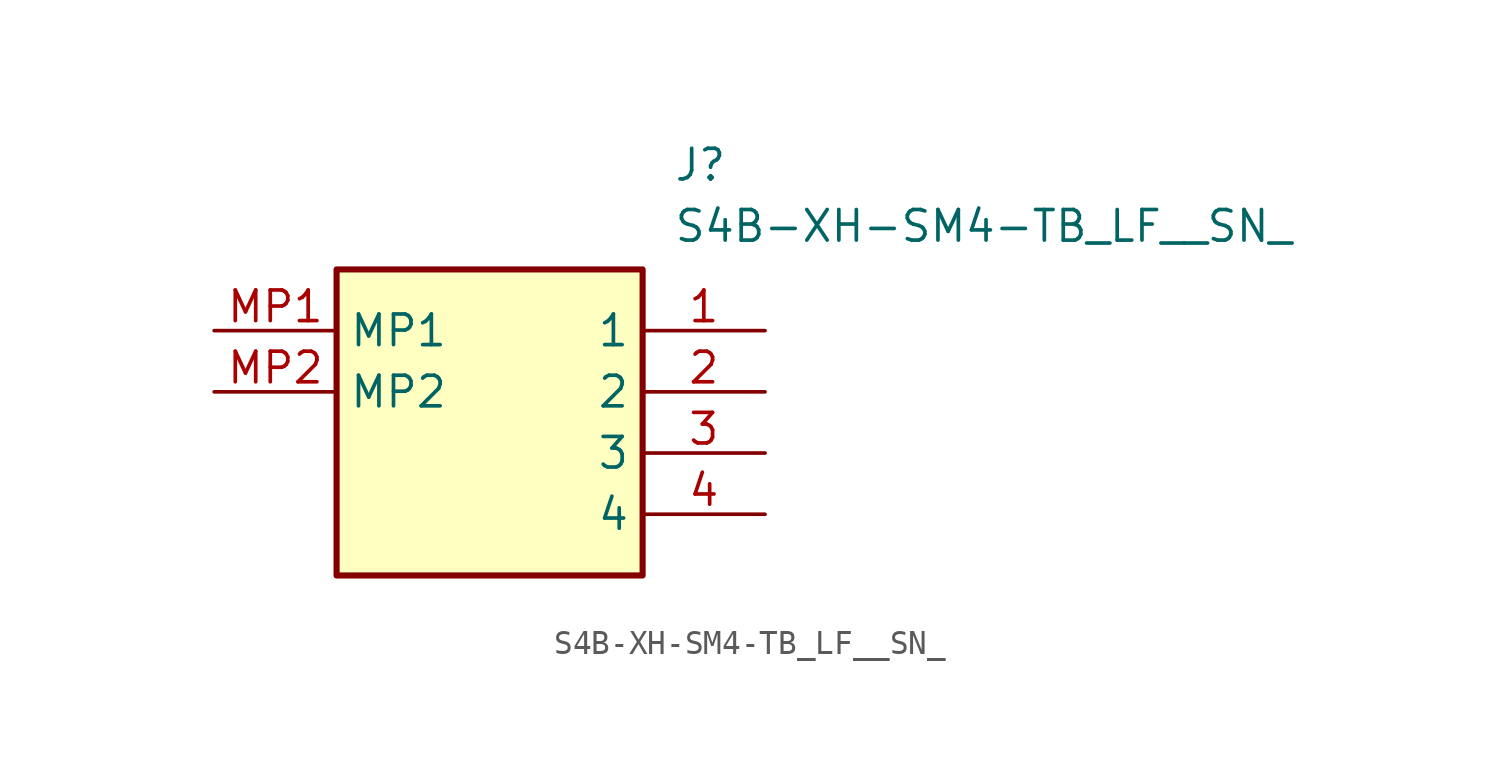
<source format=kicad_sym>
(kicad_symbol_lib
  (version 20211014)
  (generator SamacSys_ECAD_Model)
  (symbol "S4B-XH-SM4-TB_LF__SN_"
    (property "Reference" "J"
      (at 19.05 7.62 0)
      (effects (font (size 1.27 1.27)) (justify left top)))
    (property "Value" "S4B-XH-SM4-TB_LF__SN_"
      (at 19.05 5.08 0)
      (effects (font (size 1.27 1.27)) (justify left top)))
    (rectangle
      (start 5.08 2.54)
      (end 17.78 -10.16)
      (stroke (width 0.254) (type default))
      (fill (type background)))
    (pin passive line
      (at 22.86 0 180)
      (length 5.08)
      (name "1" (effects (font (size 1.27 1.27))))
      (number "1" (effects (font (size 1.27 1.27)))))
    (pin passive line
      (at 22.86 -2.54 180)
      (length 5.08)
      (name "2" (effects (font (size 1.27 1.27))))
      (number "2" (effects (font (size 1.27 1.27)))))
    (pin passive line
      (at 22.86 -5.08 180)
      (length 5.08)
      (name "3" (effects (font (size 1.27 1.27))))
      (number "3" (effects (font (size 1.27 1.27)))))
    (pin passive line
      (at 22.86 -7.62 180)
      (length 5.08)
      (name "4" (effects (font (size 1.27 1.27))))
      (number "4" (effects (font (size 1.27 1.27)))))
    (pin passive line
      (at 0 0 0)
      (length 5.08)
      (name "MP1" (effects (font (size 1.27 1.27))))
      (number "MP1" (effects (font (size 1.27 1.27)))))
    (pin passive line
      (at 0 -2.54 0)
      (length 5.08)
      (name "MP2" (effects (font (size 1.27 1.27))))
      (number "MP2" (effects (font (size 1.27 1.27)))))))
</source>
